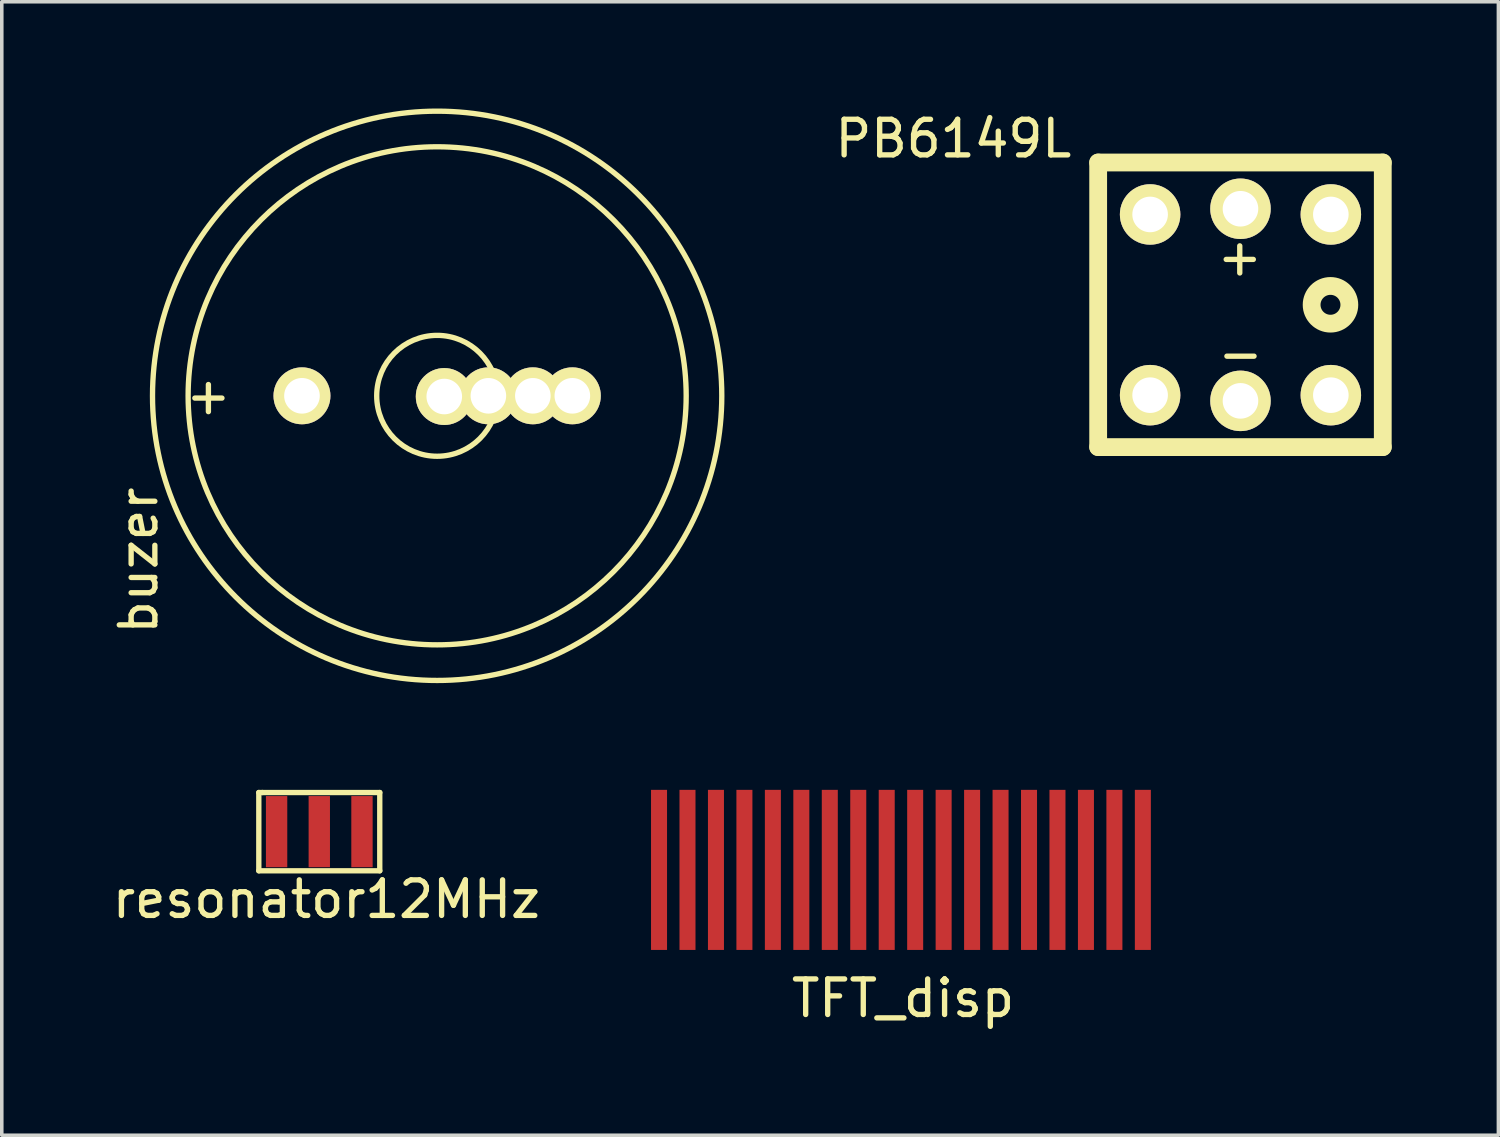
<source format=kicad_pcb>
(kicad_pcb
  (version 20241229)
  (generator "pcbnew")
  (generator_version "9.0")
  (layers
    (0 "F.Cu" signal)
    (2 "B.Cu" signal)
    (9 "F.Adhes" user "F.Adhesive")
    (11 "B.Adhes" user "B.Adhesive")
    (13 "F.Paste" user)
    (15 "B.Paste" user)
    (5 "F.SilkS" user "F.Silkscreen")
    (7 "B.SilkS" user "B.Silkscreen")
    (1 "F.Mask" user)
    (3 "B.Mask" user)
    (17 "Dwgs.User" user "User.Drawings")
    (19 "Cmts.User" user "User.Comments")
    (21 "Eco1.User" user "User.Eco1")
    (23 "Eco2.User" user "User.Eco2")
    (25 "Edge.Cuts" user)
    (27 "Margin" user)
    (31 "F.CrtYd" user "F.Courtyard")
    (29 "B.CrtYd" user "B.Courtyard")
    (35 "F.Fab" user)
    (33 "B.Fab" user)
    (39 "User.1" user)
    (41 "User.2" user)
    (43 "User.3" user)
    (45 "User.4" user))
  (footprint "resonator12MHz"
    (layer "F.Cu")
    (at 5.925 20.327)
    (property "Reference" "resonator12MHz" (at 0.2 1.9 0) (layer "F.SilkS") (effects (font (size 1 1) (thickness 0.15))))
    (attr through_hole)
    (fp_line (start -1.7 -1.1) (end -1.7 1.1) (stroke (width 0.15) (type solid)) (layer "F.SilkS"))
    (fp_line (start -1.7 1.1) (end 1.7 1.1) (stroke (width 0.15) (type solid)) (layer "F.SilkS"))
    (fp_line (start -1.6 -1.1) (end -1.7 -1.1) (stroke (width 0.15) (type solid)) (layer "F.SilkS"))
    (fp_line (start 1.7 -1.1) (end -1.6 -1.1) (stroke (width 0.15) (type solid)) (layer "F.SilkS"))
    (fp_line (start 1.7 1.1) (end 1.7 -1.1) (stroke (width 0.15) (type solid)) (layer "F.SilkS"))
    (pad "1" smd rect (at -1.2 0) (size 0.6 2) (layers "F.Cu" "F.Mask" "F.Paste"))
    (pad "2" smd rect (at 1.2 0) (size 0.6 2) (layers "F.Cu" "F.Mask" "F.Paste"))
    (pad "3" smd rect (at 0 0) (size 0.6 2) (layers "F.Cu" "F.Mask" "F.Paste")))
  (footprint "buzer"
    (layer "F.Cu")
    (at 5.428 8.076)
    (property "Reference" "buzer" (at -4.58 4.63 90) (layer "F.SilkS") (effects (font (size 1 1) (thickness 0.15))))
    (attr through_hole)
    (fp_circle (center 3.81 0) (end 5.509 0) (stroke (width 0.15) (type solid)) (fill no) (layer "F.SilkS"))
    (fp_circle (center 3.81 0) (end 10.81 0) (stroke (width 0.15) (type solid)) (fill no) (layer "F.SilkS"))
    (fp_circle (center 3.81 0) (end 11.811 0) (stroke (width 0.15) (type solid)) (fill no) (layer "F.SilkS"))
    (fp_text user "+" (at -2.62 -0.01 0) (layer "F.SilkS") (effects (font (size 1 1) (thickness 0.15))))
    (pad "1" thru_hole circle (at 0.01 0) (size 1.6 1.6) (drill 1.001) (layers "*.Cu" "*.Mask" "F.SilkS"))
    (pad "2" thru_hole circle (at 4.01 0.02) (size 1.6 1.6) (drill 1) (layers "*.Cu" "*.Mask" "F.SilkS"))
    (pad "2" thru_hole circle (at 5.25 0) (size 1.6 1.6) (drill 1) (layers "*.Cu" "*.Mask" "F.SilkS"))
    (pad "2" thru_hole circle (at 6.5 0) (size 1.6 1.6) (drill 1) (layers "*.Cu" "*.Mask" "F.SilkS"))
    (pad "2" thru_hole circle (at 7.61 0) (size 1.6 1.6) (drill 1.001) (layers "*.Cu" "*.Mask" "F.SilkS")))
  (footprint "TFT_disp"
    (layer "F.Cu")
    (at 22.275 21.402)
    (property "Reference" "TFT_disp" (at 0.06 3.61 0) (layer "F.SilkS") (effects (font (size 1 1) (thickness 0.15))))
    (attr through_hole)
    (pad "1" smd rect (at -6.8 0) (size 0.45 4.5) (layers "F.Cu" "F.Mask" "F.Paste"))
    (pad "2" smd rect (at -6 0) (size 0.45 4.5) (layers "F.Cu" "F.Mask" "F.Paste"))
    (pad "3" smd rect (at -5.2 0) (size 0.45 4.5) (layers "F.Cu" "F.Mask" "F.Paste"))
    (pad "4" smd rect (at -4.4 0) (size 0.45 4.5) (layers "F.Cu" "F.Mask" "F.Paste"))
    (pad "5" smd rect (at -3.6 0) (size 0.45 4.5) (layers "F.Cu" "F.Mask" "F.Paste"))
    (pad "6" smd rect (at -2.8 0) (size 0.45 4.5) (layers "F.Cu" "F.Mask" "F.Paste"))
    (pad "7" smd rect (at -2 0) (size 0.45 4.5) (layers "F.Cu" "F.Mask" "F.Paste"))
    (pad "8" smd rect (at -1.2 0) (size 0.45 4.5) (layers "F.Cu" "F.Mask" "F.Paste"))
    (pad "9" smd rect (at -0.4 0) (size 0.45 4.5) (layers "F.Cu" "F.Mask" "F.Paste"))
    (pad "10" smd rect (at 0.4 0) (size 0.45 4.5) (layers "F.Cu" "F.Mask" "F.Paste"))
    (pad "11" smd rect (at 1.2 0) (size 0.45 4.5) (layers "F.Cu" "F.Mask" "F.Paste"))
    (pad "12" smd rect (at 2 0) (size 0.45 4.5) (layers "F.Cu" "F.Mask" "F.Paste"))
    (pad "13" smd rect (at 2.8 0) (size 0.45 4.5) (layers "F.Cu" "F.Mask" "F.Paste"))
    (pad "14" smd rect (at 3.6 0) (size 0.45 4.5) (layers "F.Cu" "F.Mask" "F.Paste"))
    (pad "15" smd rect (at 4.4 0) (size 0.45 4.5) (layers "F.Cu" "F.Mask" "F.Paste"))
    (pad "16" smd rect (at 5.2 0) (size 0.45 4.5) (layers "F.Cu" "F.Mask" "F.Paste"))
    (pad "17" smd rect (at 6 0) (size 0.45 4.5) (layers "F.Cu" "F.Mask" "F.Paste"))
    (pad "18" smd rect (at 6.8 0) (size 0.45 4.5) (layers "F.Cu" "F.Mask" "F.Paste")))
  (footprint "PB6149L"
    (layer "F.Cu")
    (at 31.819 5.518)
    (property "Reference" "PB6149L" (at -8.07 -4.67 0) (layer "F.SilkS") (effects (font (size 1 1) (thickness 0.15))))
    (attr through_hole)
    (fp_line (start -4 -4) (end -4 4) (stroke (width 0.5) (type solid)) (layer "F.SilkS"))
    (fp_line (start -4 -4) (end 4 -4) (stroke (width 0.5) (type solid)) (layer "F.SilkS"))
    (fp_line (start -4 4) (end 4 4) (stroke (width 0.5) (type solid)) (layer "F.SilkS"))
    (fp_line (start 4 -4) (end 4 4) (stroke (width 0.5) (type solid)) (layer "F.SilkS"))
    (fp_circle (center 2.53 0) (end 2 0) (stroke (width 0.5) (type solid)) (fill no) (layer "F.SilkS"))
    (fp_text user "-" (at 0 1.37 0) (layer "F.SilkS") (effects (font (size 1 1) (thickness 0.15))))
    (fp_text user "+" (at -0.02 -1.35 0) (layer "F.SilkS") (effects (font (size 1 1) (thickness 0.15))))
    (pad "1" thru_hole circle (at -2.54 -2.54) (size 1.7 1.7) (drill 1) (layers "*.Cu" "*.Mask" "F.SilkS"))
    (pad "1" thru_hole circle (at -2.54 2.54) (size 1.7 1.7) (drill 1) (layers "*.Cu" "*.Mask" "F.SilkS"))
    (pad "2" thru_hole circle (at 2.54 -2.54) (size 1.7 1.7) (drill 1) (layers "*.Cu" "*.Mask" "F.SilkS"))
    (pad "2" thru_hole circle (at 2.54 2.54) (size 1.7 1.7) (drill 1) (layers "*.Cu" "*.Mask" "F.SilkS"))
    (pad "3" thru_hole circle (at 0 -2.7) (size 1.7 1.7) (drill 1) (layers "*.Cu" "*.Mask" "F.SilkS"))
    (pad "4" thru_hole circle (at 0 2.7) (size 1.7 1.7) (drill 1) (layers "*.Cu" "*.Mask" "F.SilkS")))
  (gr_rect
    (start -3 -3)
    (end 39.069 28.86)
    (stroke (width 0.1) (type default))
    (fill no)
    (layer "Edge.Cuts")))
</source>
